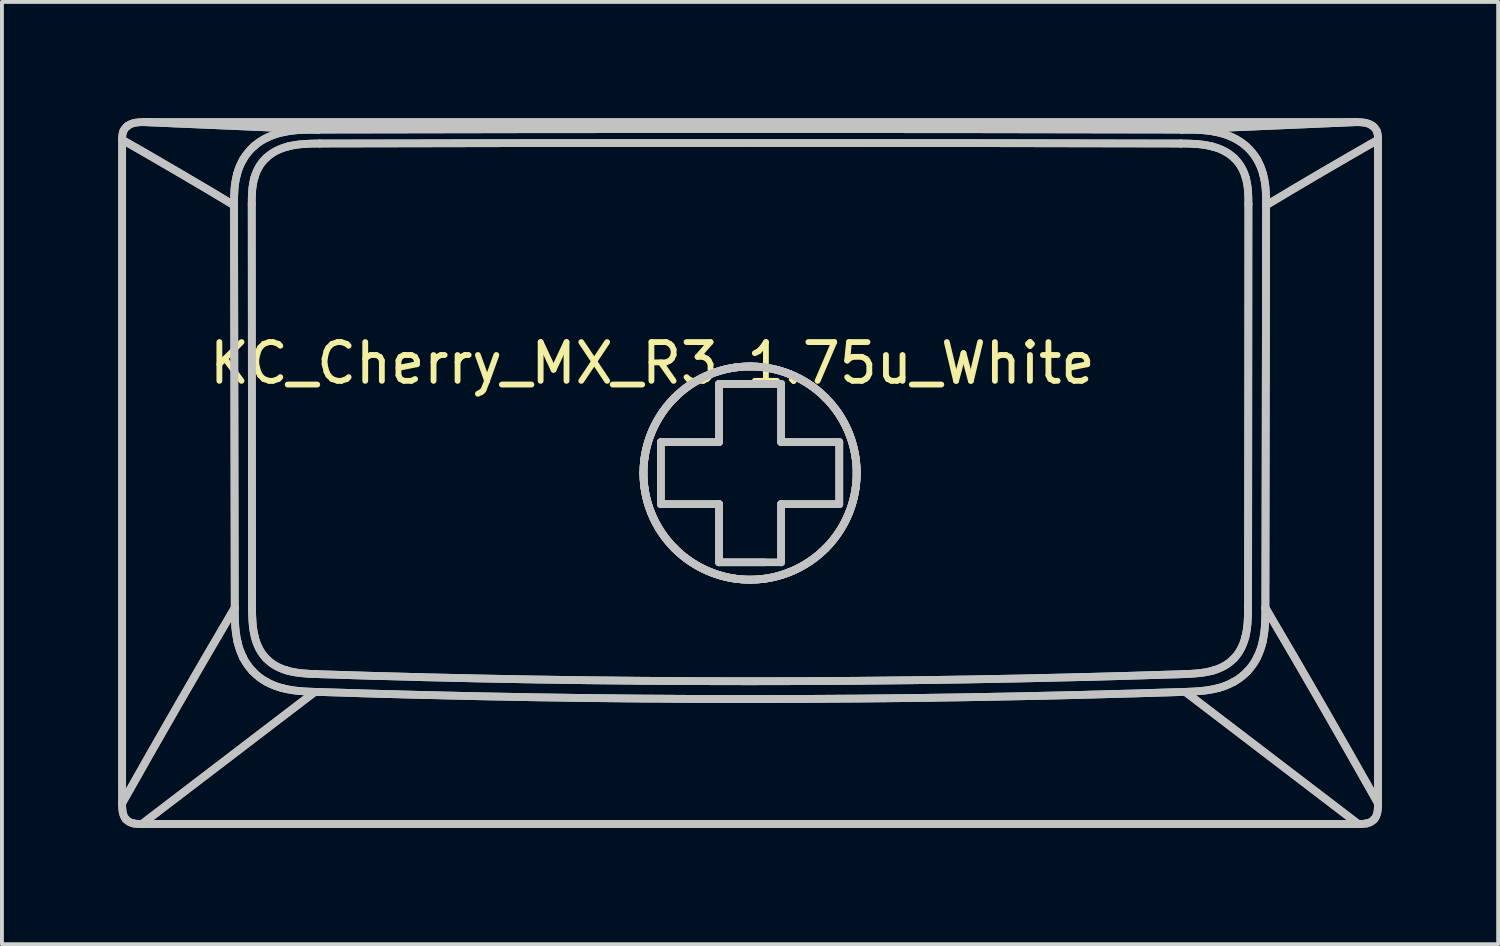
<source format=kicad_pcb>
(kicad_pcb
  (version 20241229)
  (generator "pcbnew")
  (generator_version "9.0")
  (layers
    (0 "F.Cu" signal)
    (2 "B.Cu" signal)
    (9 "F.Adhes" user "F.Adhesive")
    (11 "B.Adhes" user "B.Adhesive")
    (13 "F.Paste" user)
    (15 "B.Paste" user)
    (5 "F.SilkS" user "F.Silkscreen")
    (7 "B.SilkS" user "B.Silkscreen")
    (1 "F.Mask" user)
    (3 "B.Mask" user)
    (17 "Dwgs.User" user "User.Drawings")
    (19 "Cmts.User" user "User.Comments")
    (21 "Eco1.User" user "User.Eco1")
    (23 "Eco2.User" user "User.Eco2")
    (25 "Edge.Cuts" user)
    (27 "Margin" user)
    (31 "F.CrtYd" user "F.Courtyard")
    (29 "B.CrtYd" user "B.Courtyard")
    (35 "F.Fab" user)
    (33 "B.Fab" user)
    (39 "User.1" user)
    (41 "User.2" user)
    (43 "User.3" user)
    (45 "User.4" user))
  (footprint "KC_Cherry_MX_R3_1.75u_White"
    (layer "F.Cu")
    (at 16.314 9.111)
    (property "Reference" "KC_Cherry_MX_R3_1.75u_White" (at -2.54 -2.794 0) (layer "F.SilkS") (effects (font (size 1 1) (thickness 0.15))))
    (attr allow_missing_courtyard)
    (fp_line (start -16.214 8.556) (end -16.214 -8.557) (stroke (width 0.2) (type default)) (layer "Dwgs.User"))
    (fp_line (start -16.214 8.556) (end -16.214 -8.557) (stroke (width 0.2) (type default)) (layer "Dwgs.User"))
    (fp_line (start -15.703 9.089) (end -11.243 5.682) (stroke (width 0.2) (type default)) (layer "Dwgs.User"))
    (fp_line (start -15.703 9.089) (end -11.243 5.682) (stroke (width 0.2) (type default)) (layer "Dwgs.User"))
    (fp_line (start -15.646 -9.011) (end -11.151 -8.819) (stroke (width 0.2) (type default)) (layer "Dwgs.User"))
    (fp_line (start -15.646 -9.011) (end -11.151 -8.819) (stroke (width 0.2) (type default)) (layer "Dwgs.User"))
    (fp_line (start -15.646 -9.011) (end 15.606 -9.011) (stroke (width 0.2) (type default)) (layer "Dwgs.User"))
    (fp_line (start -15.646 -9.011) (end 15.606 -9.011) (stroke (width 0.2) (type default)) (layer "Dwgs.User"))
    (fp_line (start -13.328 -6.866) (end -13.31 3.513) (stroke (width 0.2) (type default)) (layer "Dwgs.User"))
    (fp_line (start -13.328 -6.866) (end -13.31 3.513) (stroke (width 0.2) (type default)) (layer "Dwgs.User"))
    (fp_line (start -12.872 -6.895) (end -12.864 3.484) (stroke (width 0.2) (type default)) (layer "Dwgs.User"))
    (fp_line (start -12.872 -6.895) (end -12.864 3.484) (stroke (width 0.2) (type default)) (layer "Dwgs.User"))
    (fp_line (start -2.32 -0.76) (end -0.82 -0.76) (stroke (width 0.2) (type default)) (layer "Dwgs.User"))
    (fp_line (start -2.32 -0.76) (end -0.82 -0.76) (stroke (width 0.2) (type default)) (layer "Dwgs.User"))
    (fp_line (start -2.32 0.84) (end -2.32 -0.76) (stroke (width 0.2) (type default)) (layer "Dwgs.User"))
    (fp_line (start -2.32 0.84) (end -2.32 -0.76) (stroke (width 0.2) (type default)) (layer "Dwgs.User"))
    (fp_line (start -0.82 -2.26) (end 0.78 -2.26) (stroke (width 0.2) (type default)) (layer "Dwgs.User"))
    (fp_line (start -0.82 -2.26) (end 0.78 -2.26) (stroke (width 0.2) (type default)) (layer "Dwgs.User"))
    (fp_line (start -0.82 -0.76) (end -0.82 -2.26) (stroke (width 0.2) (type default)) (layer "Dwgs.User"))
    (fp_line (start -0.82 -0.76) (end -0.82 -2.26) (stroke (width 0.2) (type default)) (layer "Dwgs.User"))
    (fp_line (start -0.82 0.84) (end -2.32 0.84) (stroke (width 0.2) (type default)) (layer "Dwgs.User"))
    (fp_line (start -0.82 0.84) (end -2.32 0.84) (stroke (width 0.2) (type default)) (layer "Dwgs.User"))
    (fp_line (start -0.82 2.34) (end -0.82 0.84) (stroke (width 0.2) (type default)) (layer "Dwgs.User"))
    (fp_line (start -0.82 2.34) (end -0.82 0.84) (stroke (width 0.2) (type default)) (layer "Dwgs.User"))
    (fp_line (start 0.355 -2.685) (end 0.355 -2.685) (stroke (width 0.2) (type default)) (layer "Dwgs.User"))
    (fp_line (start 0.355 2.34) (end -0.82 2.34) (stroke (width 0.2) (type default)) (layer "Dwgs.User"))
    (fp_line (start 0.78 -2.26) (end 0.78 -0.76) (stroke (width 0.2) (type default)) (layer "Dwgs.User"))
    (fp_line (start 0.78 -2.26) (end 0.78 -0.76) (stroke (width 0.2) (type default)) (layer "Dwgs.User"))
    (fp_line (start 0.78 -0.76) (end 2.28 -0.76) (stroke (width 0.2) (type default)) (layer "Dwgs.User"))
    (fp_line (start 0.78 -0.76) (end 2.28 -0.76) (stroke (width 0.2) (type default)) (layer "Dwgs.User"))
    (fp_line (start 0.78 0.84) (end 0.78 2.34) (stroke (width 0.2) (type default)) (layer "Dwgs.User"))
    (fp_line (start 0.78 0.84) (end 0.78 2.34) (stroke (width 0.2) (type default)) (layer "Dwgs.User"))
    (fp_line (start 0.78 2.34) (end -0.82 2.34) (stroke (width 0.2) (type default)) (layer "Dwgs.User"))
    (fp_line (start 2.28 -0.76) (end 2.28 0.84) (stroke (width 0.2) (type default)) (layer "Dwgs.User"))
    (fp_line (start 2.28 -0.76) (end 2.28 0.84) (stroke (width 0.2) (type default)) (layer "Dwgs.User"))
    (fp_line (start 2.28 0.84) (end 0.78 0.84) (stroke (width 0.2) (type default)) (layer "Dwgs.User"))
    (fp_line (start 2.28 0.84) (end 0.78 0.84) (stroke (width 0.2) (type default)) (layer "Dwgs.User"))
    (fp_line (start 11.111 -8.819) (end 15.606 -9.011) (stroke (width 0.2) (type default)) (layer "Dwgs.User"))
    (fp_line (start 11.111 -8.819) (end 15.606 -9.011) (stroke (width 0.2) (type default)) (layer "Dwgs.User"))
    (fp_line (start 12.824 3.484) (end 12.832 -6.895) (stroke (width 0.2) (type default)) (layer "Dwgs.User"))
    (fp_line (start 12.824 3.484) (end 12.832 -6.895) (stroke (width 0.2) (type default)) (layer "Dwgs.User"))
    (fp_line (start 13.27 3.513) (end 13.288 -6.866) (stroke (width 0.2) (type default)) (layer "Dwgs.User"))
    (fp_line (start 13.27 3.513) (end 13.288 -6.866) (stroke (width 0.2) (type default)) (layer "Dwgs.User"))
    (fp_line (start 15.663 9.089) (end -15.703 9.089) (stroke (width 0.2) (type default)) (layer "Dwgs.User"))
    (fp_line (start 15.663 9.089) (end -15.703 9.089) (stroke (width 0.2) (type default)) (layer "Dwgs.User"))
    (fp_line (start 15.663 9.089) (end 11.203 5.682) (stroke (width 0.2) (type default)) (layer "Dwgs.User"))
    (fp_line (start 15.663 9.089) (end 11.203 5.682) (stroke (width 0.2) (type default)) (layer "Dwgs.User"))
    (fp_line (start 16.174 -8.557) (end 16.174 8.556) (stroke (width 0.2) (type default)) (layer "Dwgs.User"))
    (fp_line (start 16.174 -8.557) (end 16.174 8.556) (stroke (width 0.2) (type default)) (layer "Dwgs.User"))
    (fp_curve (pts (xy -16.214 -8.557) (xy -16.214 -8.63) (xy -16.212 -8.706) (xy -16.183 -8.775)) (stroke (width 0.2) (type default)) (layer "Dwgs.User"))
    (fp_curve (pts (xy -16.214 -8.557) (xy -16.214 -8.63) (xy -16.212 -8.706) (xy -16.183 -8.775)) (stroke (width 0.2) (type default)) (layer "Dwgs.User"))
    (fp_curve (pts (xy -16.214 -8.557) (xy -15.226 -7.992) (xy -14.258 -7.427) (xy -13.328 -6.866)) (stroke (width 0.2) (type default)) (layer "Dwgs.User"))
    (fp_curve (pts (xy -16.214 -8.557) (xy -15.226 -7.992) (xy -14.258 -7.427) (xy -13.328 -6.866)) (stroke (width 0.2) (type default)) (layer "Dwgs.User"))
    (fp_curve (pts (xy -16.214 8.556) (xy -15.271 6.879) (xy -14.303 5.198) (xy -13.31 3.513)) (stroke (width 0.2) (type default)) (layer "Dwgs.User"))
    (fp_curve (pts (xy -16.214 8.556) (xy -15.271 6.879) (xy -14.303 5.198) (xy -13.31 3.513)) (stroke (width 0.2) (type default)) (layer "Dwgs.User"))
    (fp_curve (pts (xy -16.183 -8.775) (xy -16.159 -8.832) (xy -16.122 -8.878) (xy -16.072 -8.915)) (stroke (width 0.2) (type default)) (layer "Dwgs.User"))
    (fp_curve (pts (xy -16.183 -8.775) (xy -16.159 -8.832) (xy -16.122 -8.878) (xy -16.072 -8.915)) (stroke (width 0.2) (type default)) (layer "Dwgs.User"))
    (fp_curve (pts (xy -16.121 8.961) (xy -16.213 8.848) (xy -16.214 8.694) (xy -16.214 8.556)) (stroke (width 0.2) (type default)) (layer "Dwgs.User"))
    (fp_curve (pts (xy -16.121 8.961) (xy -16.213 8.848) (xy -16.214 8.694) (xy -16.214 8.556)) (stroke (width 0.2) (type default)) (layer "Dwgs.User"))
    (fp_curve (pts (xy -16.072 -8.915) (xy -15.95 -9.005) (xy -15.792 -9.012) (xy -15.646 -9.011)) (stroke (width 0.2) (type default)) (layer "Dwgs.User"))
    (fp_curve (pts (xy -16.072 -8.915) (xy -15.95 -9.005) (xy -15.792 -9.012) (xy -15.646 -9.011)) (stroke (width 0.2) (type default)) (layer "Dwgs.User"))
    (fp_curve (pts (xy -15.92 9.074) (xy -15.996 9.059) (xy -16.071 9.022) (xy -16.121 8.961)) (stroke (width 0.2) (type default)) (layer "Dwgs.User"))
    (fp_curve (pts (xy -15.92 9.074) (xy -15.996 9.059) (xy -16.071 9.022) (xy -16.121 8.961)) (stroke (width 0.2) (type default)) (layer "Dwgs.User"))
    (fp_curve (pts (xy -15.703 9.089) (xy -15.776 9.092) (xy -15.848 9.087) (xy -15.92 9.074)) (stroke (width 0.2) (type default)) (layer "Dwgs.User"))
    (fp_curve (pts (xy -15.703 9.089) (xy -15.776 9.092) (xy -15.848 9.087) (xy -15.92 9.074)) (stroke (width 0.2) (type default)) (layer "Dwgs.User"))
    (fp_curve (pts (xy -13.328 -6.866) (xy -13.327 -7.097) (xy -13.332 -7.365) (xy -13.252 -7.665)) (stroke (width 0.2) (type default)) (layer "Dwgs.User"))
    (fp_curve (pts (xy -13.328 -6.866) (xy -13.327 -7.097) (xy -13.332 -7.365) (xy -13.252 -7.665)) (stroke (width 0.2) (type default)) (layer "Dwgs.User"))
    (fp_curve (pts (xy -13.252 -7.665) (xy -13.218 -7.798) (xy -13.164 -7.928) (xy -13.09 -8.056)) (stroke (width 0.2) (type default)) (layer "Dwgs.User"))
    (fp_curve (pts (xy -13.252 -7.665) (xy -13.218 -7.798) (xy -13.164 -7.928) (xy -13.09 -8.056)) (stroke (width 0.2) (type default)) (layer "Dwgs.User"))
    (fp_curve (pts (xy -13.24 4.384) (xy -13.311 4.066) (xy -13.309 3.776) (xy -13.31 3.513)) (stroke (width 0.2) (type default)) (layer "Dwgs.User"))
    (fp_curve (pts (xy -13.24 4.384) (xy -13.311 4.066) (xy -13.309 3.776) (xy -13.31 3.513)) (stroke (width 0.2) (type default)) (layer "Dwgs.User"))
    (fp_curve (pts (xy -13.098 4.791) (xy -13.164 4.653) (xy -13.212 4.517) (xy -13.24 4.384)) (stroke (width 0.2) (type default)) (layer "Dwgs.User"))
    (fp_curve (pts (xy -13.098 4.791) (xy -13.164 4.653) (xy -13.212 4.517) (xy -13.24 4.384)) (stroke (width 0.2) (type default)) (layer "Dwgs.User"))
    (fp_curve (pts (xy -13.09 -8.056) (xy -13.015 -8.181) (xy -12.923 -8.292) (xy -12.816 -8.388)) (stroke (width 0.2) (type default)) (layer "Dwgs.User"))
    (fp_curve (pts (xy -13.09 -8.056) (xy -13.015 -8.181) (xy -12.923 -8.292) (xy -12.816 -8.388)) (stroke (width 0.2) (type default)) (layer "Dwgs.User"))
    (fp_curve (pts (xy -12.872 -6.895) (xy -12.872 -7.125) (xy -12.866 -7.359) (xy -12.802 -7.581)) (stroke (width 0.2) (type default)) (layer "Dwgs.User"))
    (fp_curve (pts (xy -12.872 -6.895) (xy -12.872 -7.125) (xy -12.866 -7.359) (xy -12.802 -7.581)) (stroke (width 0.2) (type default)) (layer "Dwgs.User"))
    (fp_curve (pts (xy -12.848 5.15) (xy -12.952 5.038) (xy -13.036 4.918) (xy -13.098 4.791)) (stroke (width 0.2) (type default)) (layer "Dwgs.User"))
    (fp_curve (pts (xy -12.848 5.15) (xy -12.952 5.038) (xy -13.036 4.918) (xy -13.098 4.791)) (stroke (width 0.2) (type default)) (layer "Dwgs.User"))
    (fp_curve (pts (xy -12.816 -8.388) (xy -12.579 -8.598) (xy -12.301 -8.701) (xy -12.048 -8.754)) (stroke (width 0.2) (type default)) (layer "Dwgs.User"))
    (fp_curve (pts (xy -12.816 -8.388) (xy -12.579 -8.598) (xy -12.301 -8.701) (xy -12.048 -8.754)) (stroke (width 0.2) (type default)) (layer "Dwgs.User"))
    (fp_curve (pts (xy -12.802 -7.581) (xy -12.749 -7.771) (xy -12.648 -7.949) (xy -12.504 -8.084)) (stroke (width 0.2) (type default)) (layer "Dwgs.User"))
    (fp_curve (pts (xy -12.802 -7.581) (xy -12.749 -7.771) (xy -12.648 -7.949) (xy -12.504 -8.084)) (stroke (width 0.2) (type default)) (layer "Dwgs.User"))
    (fp_curve (pts (xy -12.792 4.269) (xy -12.857 4.013) (xy -12.863 3.746) (xy -12.864 3.484)) (stroke (width 0.2) (type default)) (layer "Dwgs.User"))
    (fp_curve (pts (xy -12.792 4.269) (xy -12.857 4.013) (xy -12.863 3.746) (xy -12.864 3.484)) (stroke (width 0.2) (type default)) (layer "Dwgs.User"))
    (fp_curve (pts (xy -12.504 -8.084) (xy -12.348 -8.234) (xy -12.148 -8.329) (xy -11.939 -8.383)) (stroke (width 0.2) (type default)) (layer "Dwgs.User"))
    (fp_curve (pts (xy -12.504 -8.084) (xy -12.348 -8.234) (xy -12.148 -8.329) (xy -11.939 -8.383)) (stroke (width 0.2) (type default)) (layer "Dwgs.User"))
    (fp_curve (pts (xy -12.501 4.818) (xy -12.648 4.666) (xy -12.741 4.471) (xy -12.792 4.269)) (stroke (width 0.2) (type default)) (layer "Dwgs.User"))
    (fp_curve (pts (xy -12.501 4.818) (xy -12.648 4.666) (xy -12.741 4.471) (xy -12.792 4.269)) (stroke (width 0.2) (type default)) (layer "Dwgs.User"))
    (fp_curve (pts (xy -12.5 5.42) (xy -12.627 5.35) (xy -12.743 5.26) (xy -12.848 5.15)) (stroke (width 0.2) (type default)) (layer "Dwgs.User"))
    (fp_curve (pts (xy -12.5 5.42) (xy -12.627 5.35) (xy -12.743 5.26) (xy -12.848 5.15)) (stroke (width 0.2) (type default)) (layer "Dwgs.User"))
    (fp_curve (pts (xy -12.099 5.581) (xy -12.231 5.548) (xy -12.365 5.494) (xy -12.5 5.42)) (stroke (width 0.2) (type default)) (layer "Dwgs.User"))
    (fp_curve (pts (xy -12.099 5.581) (xy -12.231 5.548) (xy -12.365 5.494) (xy -12.5 5.42)) (stroke (width 0.2) (type default)) (layer "Dwgs.User"))
    (fp_curve (pts (xy -12.048 -8.754) (xy -11.725 -8.822) (xy -11.425 -8.816) (xy -11.151 -8.819)) (stroke (width 0.2) (type default)) (layer "Dwgs.User"))
    (fp_curve (pts (xy -12.048 -8.754) (xy -11.725 -8.822) (xy -11.425 -8.816) (xy -11.151 -8.819)) (stroke (width 0.2) (type default)) (layer "Dwgs.User"))
    (fp_curve (pts (xy -11.972 5.128) (xy -12.17 5.07) (xy -12.358 4.969) (xy -12.501 4.818)) (stroke (width 0.2) (type default)) (layer "Dwgs.User"))
    (fp_curve (pts (xy -11.972 5.128) (xy -12.17 5.07) (xy -12.358 4.969) (xy -12.501 4.818)) (stroke (width 0.2) (type default)) (layer "Dwgs.User"))
    (fp_curve (pts (xy -11.939 -8.383) (xy -11.674 -8.452) (xy -11.396 -8.459) (xy -11.123 -8.46)) (stroke (width 0.2) (type default)) (layer "Dwgs.User"))
    (fp_curve (pts (xy -11.939 -8.383) (xy -11.674 -8.452) (xy -11.396 -8.459) (xy -11.123 -8.46)) (stroke (width 0.2) (type default)) (layer "Dwgs.User"))
    (fp_curve (pts (xy -11.243 5.682) (xy -11.5 5.672) (xy -11.785 5.666) (xy -12.099 5.581)) (stroke (width 0.2) (type default)) (layer "Dwgs.User"))
    (fp_curve (pts (xy -11.243 5.682) (xy -11.5 5.672) (xy -11.785 5.666) (xy -12.099 5.581)) (stroke (width 0.2) (type default)) (layer "Dwgs.User"))
    (fp_curve (pts (xy -11.243 5.682) (xy -3.775 5.928) (xy 3.735 5.928) (xy 11.203 5.682)) (stroke (width 0.2) (type default)) (layer "Dwgs.User"))
    (fp_curve (pts (xy -11.243 5.682) (xy -3.775 5.928) (xy 3.735 5.928) (xy 11.203 5.682)) (stroke (width 0.2) (type default)) (layer "Dwgs.User"))
    (fp_curve (pts (xy -11.21 5.224) (xy -11.466 5.215) (xy -11.725 5.201) (xy -11.972 5.128)) (stroke (width 0.2) (type default)) (layer "Dwgs.User"))
    (fp_curve (pts (xy -11.21 5.224) (xy -11.466 5.215) (xy -11.725 5.201) (xy -11.972 5.128)) (stroke (width 0.2) (type default)) (layer "Dwgs.User"))
    (fp_curve (pts (xy -11.21 5.224) (xy -3.764 5.469) (xy 3.724 5.469) (xy 11.17 5.224)) (stroke (width 0.2) (type default)) (layer "Dwgs.User"))
    (fp_curve (pts (xy -11.21 5.224) (xy -3.764 5.469) (xy 3.724 5.469) (xy 11.17 5.224)) (stroke (width 0.2) (type default)) (layer "Dwgs.User"))
    (fp_curve (pts (xy -2.77 0.039) (xy -2.77 0.363) (xy -2.711 0.713) (xy -2.577 1.052)) (stroke (width 0.2) (type default)) (layer "Dwgs.User"))
    (fp_curve (pts (xy -2.77 0.039) (xy -2.77 0.363) (xy -2.711 0.713) (xy -2.577 1.052)) (stroke (width 0.2) (type default)) (layer "Dwgs.User"))
    (fp_curve (pts (xy -2.744 0.414) (xy -2.663 1.004) (xy -2.392 1.557) (xy -1.965 1.984)) (stroke (width 0.2) (type default)) (layer "Dwgs.User"))
    (fp_curve (pts (xy -2.744 0.414) (xy -2.663 1.004) (xy -2.392 1.557) (xy -1.965 1.984)) (stroke (width 0.2) (type default)) (layer "Dwgs.User"))
    (fp_curve (pts (xy -2.744 -0.336) (xy -2.779 -0.086) (xy -2.779 0.164) (xy -2.744 0.414)) (stroke (width 0.2) (type default)) (layer "Dwgs.User"))
    (fp_curve (pts (xy -2.744 -0.336) (xy -2.779 -0.086) (xy -2.779 0.164) (xy -2.744 0.414)) (stroke (width 0.2) (type default)) (layer "Dwgs.User"))
    (fp_curve (pts (xy -2.577 -0.973) (xy -2.711 -0.634) (xy -2.77 -0.284) (xy -2.77 0.039)) (stroke (width 0.2) (type default)) (layer "Dwgs.User"))
    (fp_curve (pts (xy -2.577 -0.973) (xy -2.711 -0.634) (xy -2.77 -0.284) (xy -2.77 0.039)) (stroke (width 0.2) (type default)) (layer "Dwgs.User"))
    (fp_curve (pts (xy -2.577 1.052) (xy -2.444 1.39) (xy -2.234 1.716) (xy -1.965 1.984)) (stroke (width 0.2) (type default)) (layer "Dwgs.User"))
    (fp_curve (pts (xy -2.577 1.052) (xy -2.444 1.39) (xy -2.234 1.716) (xy -1.965 1.984)) (stroke (width 0.2) (type default)) (layer "Dwgs.User"))
    (fp_curve (pts (xy -1.965 -1.905) (xy -2.391 -1.478) (xy -2.663 -0.926) (xy -2.744 -0.336)) (stroke (width 0.2) (type default)) (layer "Dwgs.User"))
    (fp_curve (pts (xy -1.965 -1.905) (xy -2.391 -1.478) (xy -2.663 -0.926) (xy -2.744 -0.336)) (stroke (width 0.2) (type default)) (layer "Dwgs.User"))
    (fp_curve (pts (xy -1.965 -1.905) (xy -2.234 -1.637) (xy -2.444 -1.311) (xy -2.577 -0.973)) (stroke (width 0.2) (type default)) (layer "Dwgs.User"))
    (fp_curve (pts (xy -1.965 -1.905) (xy -2.234 -1.637) (xy -2.444 -1.311) (xy -2.577 -0.973)) (stroke (width 0.2) (type default)) (layer "Dwgs.User"))
    (fp_curve (pts (xy -1.965 1.984) (xy -1.696 2.253) (xy -1.371 2.463) (xy -1.032 2.596)) (stroke (width 0.2) (type default)) (layer "Dwgs.User"))
    (fp_curve (pts (xy -1.965 1.984) (xy -1.696 2.253) (xy -1.371 2.463) (xy -1.032 2.596)) (stroke (width 0.2) (type default)) (layer "Dwgs.User"))
    (fp_curve (pts (xy -1.965 1.984) (xy -1.546 2.405) (xy -0.985 2.684) (xy -0.395 2.764)) (stroke (width 0.2) (type default)) (layer "Dwgs.User"))
    (fp_curve (pts (xy -1.965 1.984) (xy -1.546 2.405) (xy -0.985 2.684) (xy -0.395 2.764)) (stroke (width 0.2) (type default)) (layer "Dwgs.User"))
    (fp_curve (pts (xy -1.032 -2.518) (xy -1.371 -2.384) (xy -1.696 -2.174) (xy -1.965 -1.905)) (stroke (width 0.2) (type default)) (layer "Dwgs.User"))
    (fp_curve (pts (xy -1.032 -2.518) (xy -1.371 -2.384) (xy -1.696 -2.174) (xy -1.965 -1.905)) (stroke (width 0.2) (type default)) (layer "Dwgs.User"))
    (fp_curve (pts (xy -1.032 2.596) (xy -0.693 2.731) (xy -0.344 2.79) (xy -0.02 2.789)) (stroke (width 0.2) (type default)) (layer "Dwgs.User"))
    (fp_curve (pts (xy -1.032 2.596) (xy -0.693 2.731) (xy -0.344 2.79) (xy -0.02 2.789)) (stroke (width 0.2) (type default)) (layer "Dwgs.User"))
    (fp_curve (pts (xy -0.395 -2.685) (xy -0.985 -2.605) (xy -1.546 -2.326) (xy -1.965 -1.905)) (stroke (width 0.2) (type default)) (layer "Dwgs.User"))
    (fp_curve (pts (xy -0.395 -2.685) (xy -0.985 -2.605) (xy -1.546 -2.326) (xy -1.965 -1.905)) (stroke (width 0.2) (type default)) (layer "Dwgs.User"))
    (fp_curve (pts (xy -0.395 -2.685) (xy -0.145 -2.719) (xy 0.105 -2.719) (xy 0.355 -2.685)) (stroke (width 0.2) (type default)) (layer "Dwgs.User"))
    (fp_curve (pts (xy -0.395 -2.685) (xy -0.145 -2.719) (xy 0.105 -2.719) (xy 0.355 -2.685)) (stroke (width 0.2) (type default)) (layer "Dwgs.User"))
    (fp_curve (pts (xy -0.02 -2.711) (xy -0.344 -2.711) (xy -0.693 -2.652) (xy -1.032 -2.518)) (stroke (width 0.2) (type default)) (layer "Dwgs.User"))
    (fp_curve (pts (xy -0.02 -2.711) (xy -0.344 -2.711) (xy -0.693 -2.652) (xy -1.032 -2.518)) (stroke (width 0.2) (type default)) (layer "Dwgs.User"))
    (fp_curve (pts (xy -0.02 2.789) (xy 0.304 2.79) (xy 0.653 2.731) (xy 0.992 2.596)) (stroke (width 0.2) (type default)) (layer "Dwgs.User"))
    (fp_curve (pts (xy -0.02 2.789) (xy 0.304 2.79) (xy 0.653 2.731) (xy 0.992 2.596)) (stroke (width 0.2) (type default)) (layer "Dwgs.User"))
    (fp_curve (pts (xy 0.355 2.764) (xy 0.105 2.798) (xy -0.145 2.798) (xy -0.395 2.764)) (stroke (width 0.2) (type default)) (layer "Dwgs.User"))
    (fp_curve (pts (xy 0.355 2.764) (xy 0.105 2.798) (xy -0.145 2.798) (xy -0.395 2.764)) (stroke (width 0.2) (type default)) (layer "Dwgs.User"))
    (fp_curve (pts (xy 0.355 2.764) (xy 0.945 2.684) (xy 1.506 2.405) (xy 1.925 1.984)) (stroke (width 0.2) (type default)) (layer "Dwgs.User"))
    (fp_curve (pts (xy 0.355 2.764) (xy 0.945 2.684) (xy 1.506 2.405) (xy 1.925 1.984)) (stroke (width 0.2) (type default)) (layer "Dwgs.User"))
    (fp_curve (pts (xy 0.992 -2.518) (xy 0.653 -2.652) (xy 0.304 -2.711) (xy -0.02 -2.711)) (stroke (width 0.2) (type default)) (layer "Dwgs.User"))
    (fp_curve (pts (xy 0.992 -2.518) (xy 0.653 -2.652) (xy 0.304 -2.711) (xy -0.02 -2.711)) (stroke (width 0.2) (type default)) (layer "Dwgs.User"))
    (fp_curve (pts (xy 0.992 2.596) (xy 1.331 2.463) (xy 1.656 2.253) (xy 1.925 1.984)) (stroke (width 0.2) (type default)) (layer "Dwgs.User"))
    (fp_curve (pts (xy 0.992 2.596) (xy 1.331 2.463) (xy 1.656 2.253) (xy 1.925 1.984)) (stroke (width 0.2) (type default)) (layer "Dwgs.User"))
    (fp_curve (pts (xy 1.925 -1.905) (xy 1.506 -2.326) (xy 0.945 -2.605) (xy 0.355 -2.685)) (stroke (width 0.2) (type default)) (layer "Dwgs.User"))
    (fp_curve (pts (xy 1.925 -1.905) (xy 1.506 -2.326) (xy 0.945 -2.605) (xy 0.355 -2.685)) (stroke (width 0.2) (type default)) (layer "Dwgs.User"))
    (fp_curve (pts (xy 1.925 -1.905) (xy 1.656 -2.174) (xy 1.331 -2.384) (xy 0.992 -2.518)) (stroke (width 0.2) (type default)) (layer "Dwgs.User"))
    (fp_curve (pts (xy 1.925 -1.905) (xy 1.656 -2.174) (xy 1.331 -2.384) (xy 0.992 -2.518)) (stroke (width 0.2) (type default)) (layer "Dwgs.User"))
    (fp_curve (pts (xy 1.925 1.984) (xy 2.194 1.716) (xy 2.404 1.39) (xy 2.537 1.052)) (stroke (width 0.2) (type default)) (layer "Dwgs.User"))
    (fp_curve (pts (xy 1.925 1.984) (xy 2.194 1.716) (xy 2.404 1.39) (xy 2.537 1.052)) (stroke (width 0.2) (type default)) (layer "Dwgs.User"))
    (fp_curve (pts (xy 1.925 1.984) (xy 2.352 1.557) (xy 2.623 1.004) (xy 2.704 0.414)) (stroke (width 0.2) (type default)) (layer "Dwgs.User"))
    (fp_curve (pts (xy 1.925 1.984) (xy 2.352 1.557) (xy 2.623 1.004) (xy 2.704 0.414)) (stroke (width 0.2) (type default)) (layer "Dwgs.User"))
    (fp_curve (pts (xy 2.537 -0.973) (xy 2.404 -1.311) (xy 2.194 -1.637) (xy 1.925 -1.905)) (stroke (width 0.2) (type default)) (layer "Dwgs.User"))
    (fp_curve (pts (xy 2.537 -0.973) (xy 2.404 -1.311) (xy 2.194 -1.637) (xy 1.925 -1.905)) (stroke (width 0.2) (type default)) (layer "Dwgs.User"))
    (fp_curve (pts (xy 2.537 1.052) (xy 2.671 0.713) (xy 2.73 0.363) (xy 2.73 0.039)) (stroke (width 0.2) (type default)) (layer "Dwgs.User"))
    (fp_curve (pts (xy 2.537 1.052) (xy 2.671 0.713) (xy 2.73 0.363) (xy 2.73 0.039)) (stroke (width 0.2) (type default)) (layer "Dwgs.User"))
    (fp_curve (pts (xy 2.704 -0.336) (xy 2.721 -0.212) (xy 2.73 -0.086) (xy 2.73 0.039)) (stroke (width 0.2) (type default)) (layer "Dwgs.User"))
    (fp_curve (pts (xy 2.704 -0.336) (xy 2.721 -0.212) (xy 2.73 -0.086) (xy 2.73 0.039)) (stroke (width 0.2) (type default)) (layer "Dwgs.User"))
    (fp_curve (pts (xy 2.704 -0.336) (xy 2.623 -0.926) (xy 2.351 -1.478) (xy 1.925 -1.905)) (stroke (width 0.2) (type default)) (layer "Dwgs.User"))
    (fp_curve (pts (xy 2.704 -0.336) (xy 2.623 -0.926) (xy 2.351 -1.478) (xy 1.925 -1.905)) (stroke (width 0.2) (type default)) (layer "Dwgs.User"))
    (fp_curve (pts (xy 2.73 0.039) (xy 2.73 -0.284) (xy 2.671 -0.634) (xy 2.537 -0.973)) (stroke (width 0.2) (type default)) (layer "Dwgs.User"))
    (fp_curve (pts (xy 2.73 0.039) (xy 2.73 -0.284) (xy 2.671 -0.634) (xy 2.537 -0.973)) (stroke (width 0.2) (type default)) (layer "Dwgs.User"))
    (fp_curve (pts (xy 2.73 0.039) (xy 2.73 0.165) (xy 2.721 0.29) (xy 2.704 0.414)) (stroke (width 0.2) (type default)) (layer "Dwgs.User"))
    (fp_curve (pts (xy 2.73 0.039) (xy 2.73 0.165) (xy 2.721 0.29) (xy 2.704 0.414)) (stroke (width 0.2) (type default)) (layer "Dwgs.User"))
    (fp_curve (pts (xy 11.083 -8.46) (xy 3.693 -8.479) (xy -3.733 -8.479) (xy -11.123 -8.46)) (stroke (width 0.2) (type default)) (layer "Dwgs.User"))
    (fp_curve (pts (xy 11.083 -8.46) (xy 3.693 -8.479) (xy -3.733 -8.479) (xy -11.123 -8.46)) (stroke (width 0.2) (type default)) (layer "Dwgs.User"))
    (fp_curve (pts (xy 11.083 -8.46) (xy 11.356 -8.46) (xy 11.634 -8.451) (xy 11.899 -8.383)) (stroke (width 0.2) (type default)) (layer "Dwgs.User"))
    (fp_curve (pts (xy 11.083 -8.46) (xy 11.356 -8.46) (xy 11.634 -8.451) (xy 11.899 -8.383)) (stroke (width 0.2) (type default)) (layer "Dwgs.User"))
    (fp_curve (pts (xy 11.111 -8.819) (xy 3.703 -8.837) (xy -3.743 -8.837) (xy -11.151 -8.819)) (stroke (width 0.2) (type default)) (layer "Dwgs.User"))
    (fp_curve (pts (xy 11.111 -8.819) (xy 3.703 -8.837) (xy -3.743 -8.837) (xy -11.151 -8.819)) (stroke (width 0.2) (type default)) (layer "Dwgs.User"))
    (fp_curve (pts (xy 11.111 -8.819) (xy 11.386 -8.817) (xy 11.685 -8.821) (xy 12.008 -8.754)) (stroke (width 0.2) (type default)) (layer "Dwgs.User"))
    (fp_curve (pts (xy 11.111 -8.819) (xy 11.386 -8.817) (xy 11.685 -8.821) (xy 12.008 -8.754)) (stroke (width 0.2) (type default)) (layer "Dwgs.User"))
    (fp_curve (pts (xy 11.899 -8.383) (xy 12.108 -8.329) (xy 12.308 -8.234) (xy 12.464 -8.084)) (stroke (width 0.2) (type default)) (layer "Dwgs.User"))
    (fp_curve (pts (xy 11.899 -8.383) (xy 12.108 -8.329) (xy 12.308 -8.234) (xy 12.464 -8.084)) (stroke (width 0.2) (type default)) (layer "Dwgs.User"))
    (fp_curve (pts (xy 11.932 5.128) (xy 11.685 5.201) (xy 11.426 5.215) (xy 11.17 5.224)) (stroke (width 0.2) (type default)) (layer "Dwgs.User"))
    (fp_curve (pts (xy 11.932 5.128) (xy 11.685 5.201) (xy 11.426 5.215) (xy 11.17 5.224)) (stroke (width 0.2) (type default)) (layer "Dwgs.User"))
    (fp_curve (pts (xy 12.008 -8.754) (xy 12.261 -8.701) (xy 12.538 -8.597) (xy 12.776 -8.388)) (stroke (width 0.2) (type default)) (layer "Dwgs.User"))
    (fp_curve (pts (xy 12.008 -8.754) (xy 12.261 -8.701) (xy 12.538 -8.597) (xy 12.776 -8.388)) (stroke (width 0.2) (type default)) (layer "Dwgs.User"))
    (fp_curve (pts (xy 12.059 5.582) (xy 11.745 5.665) (xy 11.46 5.672) (xy 11.203 5.682)) (stroke (width 0.2) (type default)) (layer "Dwgs.User"))
    (fp_curve (pts (xy 12.059 5.582) (xy 11.745 5.665) (xy 11.46 5.672) (xy 11.203 5.682)) (stroke (width 0.2) (type default)) (layer "Dwgs.User"))
    (fp_curve (pts (xy 12.46 5.42) (xy 12.325 5.494) (xy 12.191 5.548) (xy 12.059 5.582)) (stroke (width 0.2) (type default)) (layer "Dwgs.User"))
    (fp_curve (pts (xy 12.46 5.42) (xy 12.325 5.494) (xy 12.191 5.548) (xy 12.059 5.582)) (stroke (width 0.2) (type default)) (layer "Dwgs.User"))
    (fp_curve (pts (xy 12.461 4.818) (xy 12.318 4.969) (xy 12.13 5.07) (xy 11.932 5.128)) (stroke (width 0.2) (type default)) (layer "Dwgs.User"))
    (fp_curve (pts (xy 12.461 4.818) (xy 12.318 4.969) (xy 12.13 5.07) (xy 11.932 5.128)) (stroke (width 0.2) (type default)) (layer "Dwgs.User"))
    (fp_curve (pts (xy 12.464 -8.084) (xy 12.608 -7.949) (xy 12.708 -7.771) (xy 12.762 -7.581)) (stroke (width 0.2) (type default)) (layer "Dwgs.User"))
    (fp_curve (pts (xy 12.464 -8.084) (xy 12.608 -7.949) (xy 12.708 -7.771) (xy 12.762 -7.581)) (stroke (width 0.2) (type default)) (layer "Dwgs.User"))
    (fp_curve (pts (xy 12.752 4.268) (xy 12.701 4.471) (xy 12.608 4.666) (xy 12.461 4.818)) (stroke (width 0.2) (type default)) (layer "Dwgs.User"))
    (fp_curve (pts (xy 12.752 4.268) (xy 12.701 4.471) (xy 12.608 4.666) (xy 12.461 4.818)) (stroke (width 0.2) (type default)) (layer "Dwgs.User"))
    (fp_curve (pts (xy 12.762 -7.581) (xy 12.826 -7.359) (xy 12.832 -7.125) (xy 12.832 -6.895)) (stroke (width 0.2) (type default)) (layer "Dwgs.User"))
    (fp_curve (pts (xy 12.762 -7.581) (xy 12.826 -7.359) (xy 12.832 -7.125) (xy 12.832 -6.895)) (stroke (width 0.2) (type default)) (layer "Dwgs.User"))
    (fp_curve (pts (xy 12.776 -8.388) (xy 12.883 -8.292) (xy 12.975 -8.181) (xy 13.05 -8.056)) (stroke (width 0.2) (type default)) (layer "Dwgs.User"))
    (fp_curve (pts (xy 12.776 -8.388) (xy 12.883 -8.292) (xy 12.975 -8.181) (xy 13.05 -8.056)) (stroke (width 0.2) (type default)) (layer "Dwgs.User"))
    (fp_curve (pts (xy 12.808 5.15) (xy 12.702 5.26) (xy 12.586 5.35) (xy 12.46 5.42)) (stroke (width 0.2) (type default)) (layer "Dwgs.User"))
    (fp_curve (pts (xy 12.808 5.15) (xy 12.702 5.26) (xy 12.586 5.35) (xy 12.46 5.42)) (stroke (width 0.2) (type default)) (layer "Dwgs.User"))
    (fp_curve (pts (xy 12.824 3.484) (xy 12.823 3.746) (xy 12.817 4.013) (xy 12.752 4.268)) (stroke (width 0.2) (type default)) (layer "Dwgs.User"))
    (fp_curve (pts (xy 12.824 3.484) (xy 12.823 3.746) (xy 12.817 4.013) (xy 12.752 4.268)) (stroke (width 0.2) (type default)) (layer "Dwgs.User"))
    (fp_curve (pts (xy 13.05 -8.056) (xy 13.124 -7.928) (xy 13.178 -7.797) (xy 13.212 -7.665)) (stroke (width 0.2) (type default)) (layer "Dwgs.User"))
    (fp_curve (pts (xy 13.05 -8.056) (xy 13.124 -7.928) (xy 13.178 -7.797) (xy 13.212 -7.665)) (stroke (width 0.2) (type default)) (layer "Dwgs.User"))
    (fp_curve (pts (xy 13.058 4.79) (xy 12.996 4.918) (xy 12.912 5.038) (xy 12.808 5.15)) (stroke (width 0.2) (type default)) (layer "Dwgs.User"))
    (fp_curve (pts (xy 13.058 4.79) (xy 12.996 4.918) (xy 12.912 5.038) (xy 12.808 5.15)) (stroke (width 0.2) (type default)) (layer "Dwgs.User"))
    (fp_curve (pts (xy 13.2 4.384) (xy 13.172 4.517) (xy 13.124 4.653) (xy 13.058 4.79)) (stroke (width 0.2) (type default)) (layer "Dwgs.User"))
    (fp_curve (pts (xy 13.2 4.384) (xy 13.172 4.517) (xy 13.124 4.653) (xy 13.058 4.79)) (stroke (width 0.2) (type default)) (layer "Dwgs.User"))
    (fp_curve (pts (xy 13.212 -7.665) (xy 13.292 -7.365) (xy 13.287 -7.097) (xy 13.288 -6.866)) (stroke (width 0.2) (type default)) (layer "Dwgs.User"))
    (fp_curve (pts (xy 13.212 -7.665) (xy 13.292 -7.365) (xy 13.287 -7.097) (xy 13.288 -6.866)) (stroke (width 0.2) (type default)) (layer "Dwgs.User"))
    (fp_curve (pts (xy 13.27 3.513) (xy 13.268 3.776) (xy 13.271 4.065) (xy 13.2 4.384)) (stroke (width 0.2) (type default)) (layer "Dwgs.User"))
    (fp_curve (pts (xy 13.27 3.513) (xy 13.268 3.776) (xy 13.271 4.065) (xy 13.2 4.384)) (stroke (width 0.2) (type default)) (layer "Dwgs.User"))
    (fp_curve (pts (xy 13.288 -6.866) (xy 14.218 -7.427) (xy 15.186 -7.992) (xy 16.174 -8.557)) (stroke (width 0.2) (type default)) (layer "Dwgs.User"))
    (fp_curve (pts (xy 13.288 -6.866) (xy 14.218 -7.427) (xy 15.186 -7.992) (xy 16.174 -8.557)) (stroke (width 0.2) (type default)) (layer "Dwgs.User"))
    (fp_curve (pts (xy 15.606 -9.011) (xy 15.752 -9.012) (xy 15.91 -9.005) (xy 16.032 -8.915)) (stroke (width 0.2) (type default)) (layer "Dwgs.User"))
    (fp_curve (pts (xy 15.606 -9.011) (xy 15.752 -9.012) (xy 15.91 -9.005) (xy 16.032 -8.915)) (stroke (width 0.2) (type default)) (layer "Dwgs.User"))
    (fp_curve (pts (xy 15.88 9.074) (xy 15.808 9.087) (xy 15.736 9.092) (xy 15.663 9.089)) (stroke (width 0.2) (type default)) (layer "Dwgs.User"))
    (fp_curve (pts (xy 15.88 9.074) (xy 15.808 9.087) (xy 15.736 9.092) (xy 15.663 9.089)) (stroke (width 0.2) (type default)) (layer "Dwgs.User"))
    (fp_curve (pts (xy 16.032 -8.915) (xy 16.082 -8.878) (xy 16.119 -8.832) (xy 16.143 -8.775)) (stroke (width 0.2) (type default)) (layer "Dwgs.User"))
    (fp_curve (pts (xy 16.032 -8.915) (xy 16.082 -8.878) (xy 16.119 -8.832) (xy 16.143 -8.775)) (stroke (width 0.2) (type default)) (layer "Dwgs.User"))
    (fp_curve (pts (xy 16.081 8.961) (xy 16.031 9.022) (xy 15.956 9.059) (xy 15.88 9.074)) (stroke (width 0.2) (type default)) (layer "Dwgs.User"))
    (fp_curve (pts (xy 16.081 8.961) (xy 16.031 9.022) (xy 15.956 9.059) (xy 15.88 9.074)) (stroke (width 0.2) (type default)) (layer "Dwgs.User"))
    (fp_curve (pts (xy 16.143 -8.775) (xy 16.172 -8.706) (xy 16.174 -8.63) (xy 16.174 -8.557)) (stroke (width 0.2) (type default)) (layer "Dwgs.User"))
    (fp_curve (pts (xy 16.143 -8.775) (xy 16.172 -8.706) (xy 16.174 -8.63) (xy 16.174 -8.557)) (stroke (width 0.2) (type default)) (layer "Dwgs.User"))
    (fp_curve (pts (xy 16.174 8.556) (xy 15.231 6.879) (xy 14.263 5.198) (xy 13.27 3.513)) (stroke (width 0.2) (type default)) (layer "Dwgs.User"))
    (fp_curve (pts (xy 16.174 8.556) (xy 15.231 6.879) (xy 14.263 5.198) (xy 13.27 3.513)) (stroke (width 0.2) (type default)) (layer "Dwgs.User"))
    (fp_curve (pts (xy 16.174 8.556) (xy 16.174 8.694) (xy 16.173 8.848) (xy 16.081 8.961)) (stroke (width 0.2) (type default)) (layer "Dwgs.User"))
    (fp_curve (pts (xy 16.174 8.556) (xy 16.174 8.694) (xy 16.173 8.848) (xy 16.081 8.961)) (stroke (width 0.2) (type default)) (layer "Dwgs.User")))
  (gr_rect
    (start -3 -3)
    (end 35.587 21.3)
    (stroke (width 0.1) (type default))
    (fill no)
    (layer "Edge.Cuts")))
</source>
